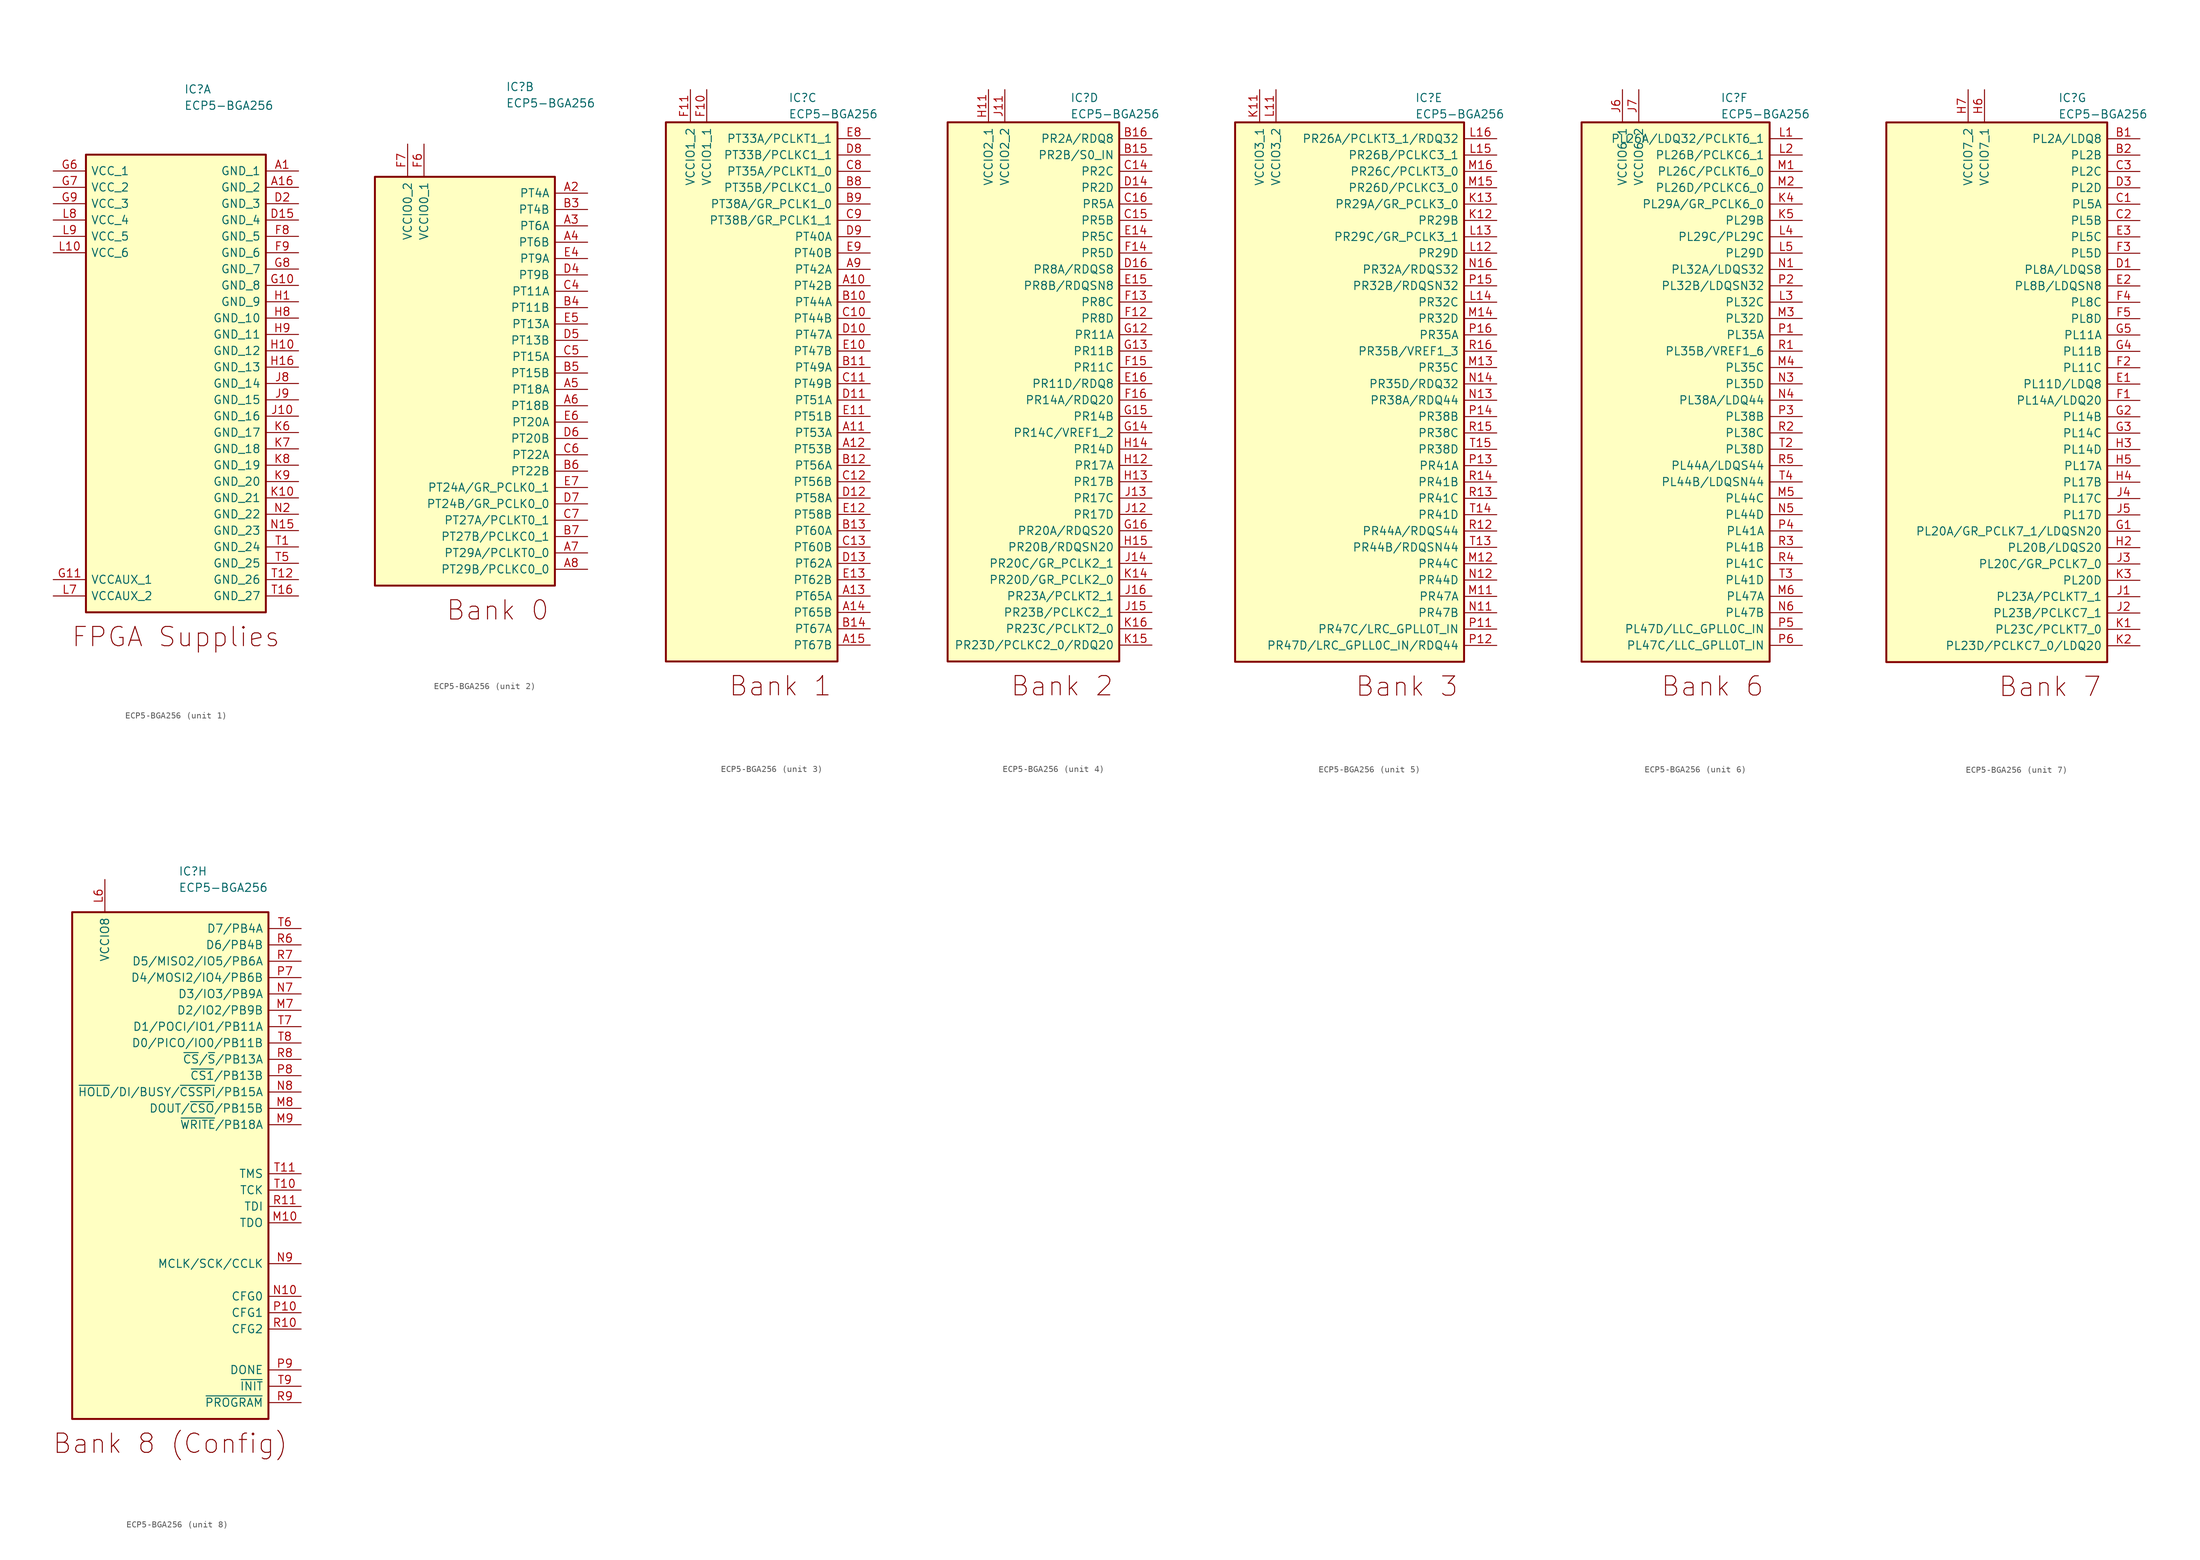
<source format=kicad_sym>
(kicad_symbol_lib
  (version 20241209)
  (generator "kicad_symbol_editor")
  (generator_version "9.0")
  (symbol "ECP5-BGA256"
    (pin_names
      (offset 0.762))
    (property "Reference" "IC"
      (at 1.27 45.72 0)
      (effects (font (size 1.27 1.27)) (justify left)))
    (property "Value" "ECP5-BGA256"
      (at 1.27 43.18 0)
      (effects (font (size 1.27 1.27)) (justify left)))
    (property "ki_locked" ""
      (at 0 0 0)
      (effects (font (size 1.27 1.27))))
    (symbol "ECP5-BGA256_1_0"
      (rectangle (start -13.97 35.56) (end 13.97 -35.56) (stroke (width 0.305) (type default)) (fill (type background))))
    (symbol "ECP5-BGA256_1_1"
      (text "FPGA Supplies" (at 0 -39.37 0) (effects (font (size 2.997 2.997))))
      (pin power_in line (at -19.05 33.02 0) (length 5.08) (name "VCC_1" (effects (font (size 1.27 1.27)))) (number "G6" (effects (font (size 1.27 1.27)))))
      (pin power_in line (at -19.05 30.48 0) (length 5.08) (name "VCC_2" (effects (font (size 1.27 1.27)))) (number "G7" (effects (font (size 1.27 1.27)))))
      (pin power_in line (at -19.05 27.94 0) (length 5.08) (name "VCC_3" (effects (font (size 1.27 1.27)))) (number "G9" (effects (font (size 1.27 1.27)))))
      (pin power_in line (at -19.05 25.4 0) (length 5.08) (name "VCC_4" (effects (font (size 1.27 1.27)))) (number "L8" (effects (font (size 1.27 1.27)))))
      (pin power_in line (at -19.05 22.86 0) (length 5.08) (name "VCC_5" (effects (font (size 1.27 1.27)))) (number "L9" (effects (font (size 1.27 1.27)))))
      (pin power_in line (at -19.05 20.32 0) (length 5.08) (name "VCC_6" (effects (font (size 1.27 1.27)))) (number "L10" (effects (font (size 1.27 1.27)))))
      (pin power_in line (at -19.05 -30.48 0) (length 5.08) (name "VCCAUX_1" (effects (font (size 1.27 1.27)))) (number "G11" (effects (font (size 1.27 1.27)))))
      (pin power_in line (at -19.05 -33.02 0) (length 5.08) (name "VCCAUX_2" (effects (font (size 1.27 1.27)))) (number "L7" (effects (font (size 1.27 1.27)))))
      (pin power_in line (at 19.05 33.02 180) (length 5.08) (name "GND_1" (effects (font (size 1.27 1.27)))) (number "A1" (effects (font (size 1.27 1.27)))))
      (pin power_in line (at 19.05 30.48 180) (length 5.08) (name "GND_2" (effects (font (size 1.27 1.27)))) (number "A16" (effects (font (size 1.27 1.27)))))
      (pin power_in line (at 19.05 27.94 180) (length 5.08) (name "GND_3" (effects (font (size 1.27 1.27)))) (number "D2" (effects (font (size 1.27 1.27)))))
      (pin power_in line (at 19.05 25.4 180) (length 5.08) (name "GND_4" (effects (font (size 1.27 1.27)))) (number "D15" (effects (font (size 1.27 1.27)))))
      (pin power_in line (at 19.05 22.86 180) (length 5.08) (name "GND_5" (effects (font (size 1.27 1.27)))) (number "F8" (effects (font (size 1.27 1.27)))))
      (pin power_in line (at 19.05 20.32 180) (length 5.08) (name "GND_6" (effects (font (size 1.27 1.27)))) (number "F9" (effects (font (size 1.27 1.27)))))
      (pin power_in line (at 19.05 17.78 180) (length 5.08) (name "GND_7" (effects (font (size 1.27 1.27)))) (number "G8" (effects (font (size 1.27 1.27)))))
      (pin power_in line (at 19.05 15.24 180) (length 5.08) (name "GND_8" (effects (font (size 1.27 1.27)))) (number "G10" (effects (font (size 1.27 1.27)))))
      (pin power_in line (at 19.05 12.7 180) (length 5.08) (name "GND_9" (effects (font (size 1.27 1.27)))) (number "H1" (effects (font (size 1.27 1.27)))))
      (pin power_in line (at 19.05 10.16 180) (length 5.08) (name "GND_10" (effects (font (size 1.27 1.27)))) (number "H8" (effects (font (size 1.27 1.27)))))
      (pin power_in line (at 19.05 7.62 180) (length 5.08) (name "GND_11" (effects (font (size 1.27 1.27)))) (number "H9" (effects (font (size 1.27 1.27)))))
      (pin power_in line (at 19.05 5.08 180) (length 5.08) (name "GND_12" (effects (font (size 1.27 1.27)))) (number "H10" (effects (font (size 1.27 1.27)))))
      (pin power_in line (at 19.05 2.54 180) (length 5.08) (name "GND_13" (effects (font (size 1.27 1.27)))) (number "H16" (effects (font (size 1.27 1.27)))))
      (pin power_in line (at 19.05 0 180) (length 5.08) (name "GND_14" (effects (font (size 1.27 1.27)))) (number "J8" (effects (font (size 1.27 1.27)))))
      (pin power_in line (at 19.05 -2.54 180) (length 5.08) (name "GND_15" (effects (font (size 1.27 1.27)))) (number "J9" (effects (font (size 1.27 1.27)))))
      (pin power_in line (at 19.05 -5.08 180) (length 5.08) (name "GND_16" (effects (font (size 1.27 1.27)))) (number "J10" (effects (font (size 1.27 1.27)))))
      (pin power_in line (at 19.05 -7.62 180) (length 5.08) (name "GND_17" (effects (font (size 1.27 1.27)))) (number "K6" (effects (font (size 1.27 1.27)))))
      (pin power_in line (at 19.05 -10.16 180) (length 5.08) (name "GND_18" (effects (font (size 1.27 1.27)))) (number "K7" (effects (font (size 1.27 1.27)))))
      (pin power_in line (at 19.05 -12.7 180) (length 5.08) (name "GND_19" (effects (font (size 1.27 1.27)))) (number "K8" (effects (font (size 1.27 1.27)))))
      (pin power_in line (at 19.05 -15.24 180) (length 5.08) (name "GND_20" (effects (font (size 1.27 1.27)))) (number "K9" (effects (font (size 1.27 1.27)))))
      (pin power_in line (at 19.05 -17.78 180) (length 5.08) (name "GND_21" (effects (font (size 1.27 1.27)))) (number "K10" (effects (font (size 1.27 1.27)))))
      (pin power_in line (at 19.05 -20.32 180) (length 5.08) (name "GND_22" (effects (font (size 1.27 1.27)))) (number "N2" (effects (font (size 1.27 1.27)))))
      (pin power_in line (at 19.05 -22.86 180) (length 5.08) (name "GND_23" (effects (font (size 1.27 1.27)))) (number "N15" (effects (font (size 1.27 1.27)))))
      (pin power_in line (at 19.05 -25.4 180) (length 5.08) (name "GND_24" (effects (font (size 1.27 1.27)))) (number "T1" (effects (font (size 1.27 1.27)))))
      (pin power_in line (at 19.05 -27.94 180) (length 5.08) (name "GND_25" (effects (font (size 1.27 1.27)))) (number "T5" (effects (font (size 1.27 1.27)))))
      (pin power_in line (at 19.05 -30.48 180) (length 5.08) (name "GND_26" (effects (font (size 1.27 1.27)))) (number "T12" (effects (font (size 1.27 1.27)))))
      (pin power_in line (at 19.05 -33.02 180) (length 5.08) (name "GND_27" (effects (font (size 1.27 1.27)))) (number "T16" (effects (font (size 1.27 1.27))))))
    (symbol "ECP5-BGA256_2_1"
      (rectangle (start -19.05 31.75) (end 8.89 -31.75) (stroke (width 0.305) (type default)) (fill (type background)))
      (text "Bank 0" (at 0 -35.56 0) (effects (font (size 2.997 2.997))))
      (pin power_in line (at -13.97 36.83 270) (length 5.08) (name "VCCIO0_2" (effects (font (size 1.27 1.27)))) (number "F7" (effects (font (size 1.27 1.27)))))
      (pin power_in line (at -11.43 36.83 270) (length 5.08) (name "VCCIO0_1" (effects (font (size 1.27 1.27)))) (number "F6" (effects (font (size 1.27 1.27)))))
      (pin bidirectional line (at 13.97 29.21 180) (length 5.08) (name "PT4A" (effects (font (size 1.27 1.27)))) (number "A2" (effects (font (size 1.27 1.27)))))
      (pin bidirectional line (at 13.97 26.67 180) (length 5.08) (name "PT4B" (effects (font (size 1.27 1.27)))) (number "B3" (effects (font (size 1.27 1.27)))))
      (pin bidirectional line (at 13.97 24.13 180) (length 5.08) (name "PT6A" (effects (font (size 1.27 1.27)))) (number "A3" (effects (font (size 1.27 1.27)))))
      (pin bidirectional line (at 13.97 21.59 180) (length 5.08) (name "PT6B" (effects (font (size 1.27 1.27)))) (number "A4" (effects (font (size 1.27 1.27)))))
      (pin bidirectional line (at 13.97 19.05 180) (length 5.08) (name "PT9A" (effects (font (size 1.27 1.27)))) (number "E4" (effects (font (size 1.27 1.27)))))
      (pin bidirectional line (at 13.97 16.51 180) (length 5.08) (name "PT9B" (effects (font (size 1.27 1.27)))) (number "D4" (effects (font (size 1.27 1.27)))))
      (pin bidirectional line (at 13.97 13.97 180) (length 5.08) (name "PT11A" (effects (font (size 1.27 1.27)))) (number "C4" (effects (font (size 1.27 1.27)))))
      (pin bidirectional line (at 13.97 11.43 180) (length 5.08) (name "PT11B" (effects (font (size 1.27 1.27)))) (number "B4" (effects (font (size 1.27 1.27)))))
      (pin bidirectional line (at 13.97 8.89 180) (length 5.08) (name "PT13A" (effects (font (size 1.27 1.27)))) (number "E5" (effects (font (size 1.27 1.27)))))
      (pin bidirectional line (at 13.97 6.35 180) (length 5.08) (name "PT13B" (effects (font (size 1.27 1.27)))) (number "D5" (effects (font (size 1.27 1.27)))))
      (pin bidirectional line (at 13.97 3.81 180) (length 5.08) (name "PT15A" (effects (font (size 1.27 1.27)))) (number "C5" (effects (font (size 1.27 1.27)))))
      (pin bidirectional line (at 13.97 1.27 180) (length 5.08) (name "PT15B" (effects (font (size 1.27 1.27)))) (number "B5" (effects (font (size 1.27 1.27)))))
      (pin bidirectional line (at 13.97 -1.27 180) (length 5.08) (name "PT18A" (effects (font (size 1.27 1.27)))) (number "A5" (effects (font (size 1.27 1.27)))))
      (pin bidirectional line (at 13.97 -3.81 180) (length 5.08) (name "PT18B" (effects (font (size 1.27 1.27)))) (number "A6" (effects (font (size 1.27 1.27)))))
      (pin bidirectional line (at 13.97 -6.35 180) (length 5.08) (name "PT20A" (effects (font (size 1.27 1.27)))) (number "E6" (effects (font (size 1.27 1.27)))))
      (pin bidirectional line (at 13.97 -8.89 180) (length 5.08) (name "PT20B" (effects (font (size 1.27 1.27)))) (number "D6" (effects (font (size 1.27 1.27)))))
      (pin bidirectional line (at 13.97 -11.43 180) (length 5.08) (name "PT22A" (effects (font (size 1.27 1.27)))) (number "C6" (effects (font (size 1.27 1.27)))))
      (pin bidirectional line (at 13.97 -13.97 180) (length 5.08) (name "PT22B" (effects (font (size 1.27 1.27)))) (number "B6" (effects (font (size 1.27 1.27)))))
      (pin bidirectional line (at 13.97 -16.51 180) (length 5.08) (name "PT24A/GR_PCLK0_1" (effects (font (size 1.27 1.27)))) (number "E7" (effects (font (size 1.27 1.27)))))
      (pin bidirectional line (at 13.97 -19.05 180) (length 5.08) (name "PT24B/GR_PCLK0_0" (effects (font (size 1.27 1.27)))) (number "D7" (effects (font (size 1.27 1.27)))))
      (pin bidirectional line (at 13.97 -21.59 180) (length 5.08) (name "PT27A/PCLKT0_1" (effects (font (size 1.27 1.27)))) (number "C7" (effects (font (size 1.27 1.27)))))
      (pin bidirectional line (at 13.97 -24.13 180) (length 5.08) (name "PT27B/PCLKC0_1" (effects (font (size 1.27 1.27)))) (number "B7" (effects (font (size 1.27 1.27)))))
      (pin bidirectional line (at 13.97 -26.67 180) (length 5.08) (name "PT29A/PCLKT0_0" (effects (font (size 1.27 1.27)))) (number "A7" (effects (font (size 1.27 1.27)))))
      (pin bidirectional line (at 13.97 -29.21 180) (length 5.08) (name "PT29B/PCLKC0_0" (effects (font (size 1.27 1.27)))) (number "A8" (effects (font (size 1.27 1.27))))))
    (symbol "ECP5-BGA256_3_0"
      (rectangle (start -17.78 41.91) (end 8.89 -41.91) (stroke (width 0.305) (type default)) (fill (type background))))
    (symbol "ECP5-BGA256_3_1"
      (text "Bank 1" (at 0 -45.72 0) (effects (font (size 2.997 2.997))))
      (pin power_in line (at -13.97 46.99 270) (length 5.08) (name "VCCIO1_2" (effects (font (size 1.27 1.27)))) (number "F11" (effects (font (size 1.27 1.27)))))
      (pin power_in line (at -11.43 46.99 270) (length 5.08) (name "VCCIO1_1" (effects (font (size 1.27 1.27)))) (number "F10" (effects (font (size 1.27 1.27)))))
      (pin bidirectional line (at 13.97 39.37 180) (length 5.08) (name "PT33A/PCLKT1_1" (effects (font (size 1.27 1.27)))) (number "E8" (effects (font (size 1.27 1.27)))))
      (pin bidirectional line (at 13.97 36.83 180) (length 5.08) (name "PT33B/PCLKC1_1" (effects (font (size 1.27 1.27)))) (number "D8" (effects (font (size 1.27 1.27)))))
      (pin bidirectional line (at 13.97 34.29 180) (length 5.08) (name "PT35A/PCLKT1_0" (effects (font (size 1.27 1.27)))) (number "C8" (effects (font (size 1.27 1.27)))))
      (pin bidirectional line (at 13.97 31.75 180) (length 5.08) (name "PT35B/PCLKC1_0" (effects (font (size 1.27 1.27)))) (number "B8" (effects (font (size 1.27 1.27)))))
      (pin bidirectional line (at 13.97 29.21 180) (length 5.08) (name "PT38A/GR_PCLK1_0" (effects (font (size 1.27 1.27)))) (number "B9" (effects (font (size 1.27 1.27)))))
      (pin bidirectional line (at 13.97 26.67 180) (length 5.08) (name "PT38B/GR_PCLK1_1" (effects (font (size 1.27 1.27)))) (number "C9" (effects (font (size 1.27 1.27)))))
      (pin bidirectional line (at 13.97 24.13 180) (length 5.08) (name "PT40A" (effects (font (size 1.27 1.27)))) (number "D9" (effects (font (size 1.27 1.27)))))
      (pin bidirectional line (at 13.97 21.59 180) (length 5.08) (name "PT40B" (effects (font (size 1.27 1.27)))) (number "E9" (effects (font (size 1.27 1.27)))))
      (pin bidirectional line (at 13.97 19.05 180) (length 5.08) (name "PT42A" (effects (font (size 1.27 1.27)))) (number "A9" (effects (font (size 1.27 1.27)))))
      (pin bidirectional line (at 13.97 16.51 180) (length 5.08) (name "PT42B" (effects (font (size 1.27 1.27)))) (number "A10" (effects (font (size 1.27 1.27)))))
      (pin bidirectional line (at 13.97 13.97 180) (length 5.08) (name "PT44A" (effects (font (size 1.27 1.27)))) (number "B10" (effects (font (size 1.27 1.27)))))
      (pin bidirectional line (at 13.97 11.43 180) (length 5.08) (name "PT44B" (effects (font (size 1.27 1.27)))) (number "C10" (effects (font (size 1.27 1.27)))))
      (pin bidirectional line (at 13.97 8.89 180) (length 5.08) (name "PT47A" (effects (font (size 1.27 1.27)))) (number "D10" (effects (font (size 1.27 1.27)))))
      (pin bidirectional line (at 13.97 6.35 180) (length 5.08) (name "PT47B" (effects (font (size 1.27 1.27)))) (number "E10" (effects (font (size 1.27 1.27)))))
      (pin bidirectional line (at 13.97 3.81 180) (length 5.08) (name "PT49A" (effects (font (size 1.27 1.27)))) (number "B11" (effects (font (size 1.27 1.27)))))
      (pin bidirectional line (at 13.97 1.27 180) (length 5.08) (name "PT49B" (effects (font (size 1.27 1.27)))) (number "C11" (effects (font (size 1.27 1.27)))))
      (pin bidirectional line (at 13.97 -1.27 180) (length 5.08) (name "PT51A" (effects (font (size 1.27 1.27)))) (number "D11" (effects (font (size 1.27 1.27)))))
      (pin bidirectional line (at 13.97 -3.81 180) (length 5.08) (name "PT51B" (effects (font (size 1.27 1.27)))) (number "E11" (effects (font (size 1.27 1.27)))))
      (pin bidirectional line (at 13.97 -6.35 180) (length 5.08) (name "PT53A" (effects (font (size 1.27 1.27)))) (number "A11" (effects (font (size 1.27 1.27)))))
      (pin bidirectional line (at 13.97 -8.89 180) (length 5.08) (name "PT53B" (effects (font (size 1.27 1.27)))) (number "A12" (effects (font (size 1.27 1.27)))))
      (pin bidirectional line (at 13.97 -11.43 180) (length 5.08) (name "PT56A" (effects (font (size 1.27 1.27)))) (number "B12" (effects (font (size 1.27 1.27)))))
      (pin bidirectional line (at 13.97 -13.97 180) (length 5.08) (name "PT56B" (effects (font (size 1.27 1.27)))) (number "C12" (effects (font (size 1.27 1.27)))))
      (pin bidirectional line (at 13.97 -16.51 180) (length 5.08) (name "PT58A" (effects (font (size 1.27 1.27)))) (number "D12" (effects (font (size 1.27 1.27)))))
      (pin bidirectional line (at 13.97 -19.05 180) (length 5.08) (name "PT58B" (effects (font (size 1.27 1.27)))) (number "E12" (effects (font (size 1.27 1.27)))))
      (pin bidirectional line (at 13.97 -21.59 180) (length 5.08) (name "PT60A" (effects (font (size 1.27 1.27)))) (number "B13" (effects (font (size 1.27 1.27)))))
      (pin bidirectional line (at 13.97 -24.13 180) (length 5.08) (name "PT60B" (effects (font (size 1.27 1.27)))) (number "C13" (effects (font (size 1.27 1.27)))))
      (pin bidirectional line (at 13.97 -26.67 180) (length 5.08) (name "PT62A" (effects (font (size 1.27 1.27)))) (number "D13" (effects (font (size 1.27 1.27)))))
      (pin bidirectional line (at 13.97 -29.21 180) (length 5.08) (name "PT62B" (effects (font (size 1.27 1.27)))) (number "E13" (effects (font (size 1.27 1.27)))))
      (pin bidirectional line (at 13.97 -31.75 180) (length 5.08) (name "PT65A" (effects (font (size 1.27 1.27)))) (number "A13" (effects (font (size 1.27 1.27)))))
      (pin bidirectional line (at 13.97 -34.29 180) (length 5.08) (name "PT65B" (effects (font (size 1.27 1.27)))) (number "A14" (effects (font (size 1.27 1.27)))))
      (pin bidirectional line (at 13.97 -36.83 180) (length 5.08) (name "PT67A" (effects (font (size 1.27 1.27)))) (number "B14" (effects (font (size 1.27 1.27)))))
      (pin bidirectional line (at 13.97 -39.37 180) (length 5.08) (name "PT67B" (effects (font (size 1.27 1.27)))) (number "A15" (effects (font (size 1.27 1.27))))))
    (symbol "ECP5-BGA256_4_1"
      (rectangle (start -17.78 41.91) (end 8.89 -41.91) (stroke (width 0.305) (type default)) (fill (type background)))
      (text "Bank 2" (at 0 -45.72 0) (effects (font (size 2.997 2.997))))
      (pin power_in line (at -11.43 46.99 270) (length 5.08) (name "VCCIO2_1" (effects (font (size 1.27 1.27)))) (number "H11" (effects (font (size 1.27 1.27)))))
      (pin power_in line (at -8.89 46.99 270) (length 5.08) (name "VCCIO2_2" (effects (font (size 1.27 1.27)))) (number "J11" (effects (font (size 1.27 1.27)))))
      (pin bidirectional line (at 13.97 39.37 180) (length 5.08) (name "PR2A/RDQ8" (effects (font (size 1.27 1.27)))) (number "B16" (effects (font (size 1.27 1.27)))))
      (pin bidirectional line (at 13.97 36.83 180) (length 5.08) (name "PR2B/S0_IN" (effects (font (size 1.27 1.27)))) (number "B15" (effects (font (size 1.27 1.27)))))
      (pin bidirectional line (at 13.97 34.29 180) (length 5.08) (name "PR2C" (effects (font (size 1.27 1.27)))) (number "C14" (effects (font (size 1.27 1.27)))))
      (pin bidirectional line (at 13.97 31.75 180) (length 5.08) (name "PR2D" (effects (font (size 1.27 1.27)))) (number "D14" (effects (font (size 1.27 1.27)))))
      (pin bidirectional line (at 13.97 29.21 180) (length 5.08) (name "PR5A" (effects (font (size 1.27 1.27)))) (number "C16" (effects (font (size 1.27 1.27)))))
      (pin bidirectional line (at 13.97 26.67 180) (length 5.08) (name "PR5B" (effects (font (size 1.27 1.27)))) (number "C15" (effects (font (size 1.27 1.27)))))
      (pin bidirectional line (at 13.97 24.13 180) (length 5.08) (name "PR5C" (effects (font (size 1.27 1.27)))) (number "E14" (effects (font (size 1.27 1.27)))))
      (pin bidirectional line (at 13.97 21.59 180) (length 5.08) (name "PR5D" (effects (font (size 1.27 1.27)))) (number "F14" (effects (font (size 1.27 1.27)))))
      (pin bidirectional line (at 13.97 19.05 180) (length 5.08) (name "PR8A/RDQS8" (effects (font (size 1.27 1.27)))) (number "D16" (effects (font (size 1.27 1.27)))))
      (pin bidirectional line (at 13.97 16.51 180) (length 5.08) (name "PR8B/RDQSN8" (effects (font (size 1.27 1.27)))) (number "E15" (effects (font (size 1.27 1.27)))))
      (pin bidirectional line (at 13.97 13.97 180) (length 5.08) (name "PR8C" (effects (font (size 1.27 1.27)))) (number "F13" (effects (font (size 1.27 1.27)))))
      (pin bidirectional line (at 13.97 11.43 180) (length 5.08) (name "PR8D" (effects (font (size 1.27 1.27)))) (number "F12" (effects (font (size 1.27 1.27)))))
      (pin bidirectional line (at 13.97 8.89 180) (length 5.08) (name "PR11A" (effects (font (size 1.27 1.27)))) (number "G12" (effects (font (size 1.27 1.27)))))
      (pin bidirectional line (at 13.97 6.35 180) (length 5.08) (name "PR11B" (effects (font (size 1.27 1.27)))) (number "G13" (effects (font (size 1.27 1.27)))))
      (pin bidirectional line (at 13.97 3.81 180) (length 5.08) (name "PR11C" (effects (font (size 1.27 1.27)))) (number "F15" (effects (font (size 1.27 1.27)))))
      (pin bidirectional line (at 13.97 1.27 180) (length 5.08) (name "PR11D/RDQ8" (effects (font (size 1.27 1.27)))) (number "E16" (effects (font (size 1.27 1.27)))))
      (pin bidirectional line (at 13.97 -1.27 180) (length 5.08) (name "PR14A/RDQ20" (effects (font (size 1.27 1.27)))) (number "F16" (effects (font (size 1.27 1.27)))))
      (pin bidirectional line (at 13.97 -3.81 180) (length 5.08) (name "PR14B" (effects (font (size 1.27 1.27)))) (number "G15" (effects (font (size 1.27 1.27)))))
      (pin bidirectional line (at 13.97 -6.35 180) (length 5.08) (name "PR14C/VREF1_2" (effects (font (size 1.27 1.27)))) (number "G14" (effects (font (size 1.27 1.27)))))
      (pin bidirectional line (at 13.97 -8.89 180) (length 5.08) (name "PR14D" (effects (font (size 1.27 1.27)))) (number "H14" (effects (font (size 1.27 1.27)))))
      (pin bidirectional line (at 13.97 -11.43 180) (length 5.08) (name "PR17A" (effects (font (size 1.27 1.27)))) (number "H12" (effects (font (size 1.27 1.27)))))
      (pin bidirectional line (at 13.97 -13.97 180) (length 5.08) (name "PR17B" (effects (font (size 1.27 1.27)))) (number "H13" (effects (font (size 1.27 1.27)))))
      (pin bidirectional line (at 13.97 -16.51 180) (length 5.08) (name "PR17C" (effects (font (size 1.27 1.27)))) (number "J13" (effects (font (size 1.27 1.27)))))
      (pin bidirectional line (at 13.97 -19.05 180) (length 5.08) (name "PR17D" (effects (font (size 1.27 1.27)))) (number "J12" (effects (font (size 1.27 1.27)))))
      (pin bidirectional line (at 13.97 -21.59 180) (length 5.08) (name "PR20A/RDQS20" (effects (font (size 1.27 1.27)))) (number "G16" (effects (font (size 1.27 1.27)))))
      (pin bidirectional line (at 13.97 -24.13 180) (length 5.08) (name "PR20B/RDQSN20" (effects (font (size 1.27 1.27)))) (number "H15" (effects (font (size 1.27 1.27)))))
      (pin bidirectional line (at 13.97 -26.67 180) (length 5.08) (name "PR20C/GR_PCLK2_1" (effects (font (size 1.27 1.27)))) (number "J14" (effects (font (size 1.27 1.27)))))
      (pin bidirectional line (at 13.97 -29.21 180) (length 5.08) (name "PR20D/GR_PCLK2_0" (effects (font (size 1.27 1.27)))) (number "K14" (effects (font (size 1.27 1.27)))))
      (pin bidirectional line (at 13.97 -31.75 180) (length 5.08) (name "PR23A/PCLKT2_1" (effects (font (size 1.27 1.27)))) (number "J16" (effects (font (size 1.27 1.27)))))
      (pin bidirectional line (at 13.97 -34.29 180) (length 5.08) (name "PR23B/PCLKC2_1" (effects (font (size 1.27 1.27)))) (number "J15" (effects (font (size 1.27 1.27)))))
      (pin bidirectional line (at 13.97 -36.83 180) (length 5.08) (name "PR23C/PCLKT2_0" (effects (font (size 1.27 1.27)))) (number "K16" (effects (font (size 1.27 1.27)))))
      (pin bidirectional line (at 13.97 -39.37 180) (length 5.08) (name "PR23D/PCLKC2_0/RDQ20" (effects (font (size 1.27 1.27)))) (number "K15" (effects (font (size 1.27 1.27))))))
    (symbol "ECP5-BGA256_5_0"
      (rectangle (start -26.67 41.91) (end 8.89 -41.91) (stroke (width 0.305) (type default)) (fill (type background))))
    (symbol "ECP5-BGA256_5_1"
      (text "Bank 3" (at 0 -45.72 0) (effects (font (size 2.997 2.997))))
      (pin power_in line (at -22.86 46.99 270) (length 5.08) (name "VCCIO3_1" (effects (font (size 1.27 1.27)))) (number "K11" (effects (font (size 1.27 1.27)))))
      (pin power_in line (at -20.32 46.99 270) (length 5.08) (name "VCCIO3_2" (effects (font (size 1.27 1.27)))) (number "L11" (effects (font (size 1.27 1.27)))))
      (pin bidirectional line (at 13.97 39.37 180) (length 5.08) (name "PR26A/PCLKT3_1/RDQ32" (effects (font (size 1.27 1.27)))) (number "L16" (effects (font (size 1.27 1.27)))))
      (pin bidirectional line (at 13.97 36.83 180) (length 5.08) (name "PR26B/PCLKC3_1" (effects (font (size 1.27 1.27)))) (number "L15" (effects (font (size 1.27 1.27)))))
      (pin bidirectional line (at 13.97 34.29 180) (length 5.08) (name "PR26C/PCLKT3_0" (effects (font (size 1.27 1.27)))) (number "M16" (effects (font (size 1.27 1.27)))))
      (pin bidirectional line (at 13.97 31.75 180) (length 5.08) (name "PR26D/PCLKC3_0" (effects (font (size 1.27 1.27)))) (number "M15" (effects (font (size 1.27 1.27)))))
      (pin bidirectional line (at 13.97 29.21 180) (length 5.08) (name "PR29A/GR_PCLK3_0" (effects (font (size 1.27 1.27)))) (number "K13" (effects (font (size 1.27 1.27)))))
      (pin bidirectional line (at 13.97 26.67 180) (length 5.08) (name "PR29B" (effects (font (size 1.27 1.27)))) (number "K12" (effects (font (size 1.27 1.27)))))
      (pin bidirectional line (at 13.97 24.13 180) (length 5.08) (name "PR29C/GR_PCLK3_1" (effects (font (size 1.27 1.27)))) (number "L13" (effects (font (size 1.27 1.27)))))
      (pin bidirectional line (at 13.97 21.59 180) (length 5.08) (name "PR29D" (effects (font (size 1.27 1.27)))) (number "L12" (effects (font (size 1.27 1.27)))))
      (pin bidirectional line (at 13.97 19.05 180) (length 5.08) (name "PR32A/RDQS32" (effects (font (size 1.27 1.27)))) (number "N16" (effects (font (size 1.27 1.27)))))
      (pin bidirectional line (at 13.97 16.51 180) (length 5.08) (name "PR32B/RDQSN32" (effects (font (size 1.27 1.27)))) (number "P15" (effects (font (size 1.27 1.27)))))
      (pin bidirectional line (at 13.97 13.97 180) (length 5.08) (name "PR32C" (effects (font (size 1.27 1.27)))) (number "L14" (effects (font (size 1.27 1.27)))))
      (pin bidirectional line (at 13.97 11.43 180) (length 5.08) (name "PR32D" (effects (font (size 1.27 1.27)))) (number "M14" (effects (font (size 1.27 1.27)))))
      (pin bidirectional line (at 13.97 8.89 180) (length 5.08) (name "PR35A" (effects (font (size 1.27 1.27)))) (number "P16" (effects (font (size 1.27 1.27)))))
      (pin bidirectional line (at 13.97 6.35 180) (length 5.08) (name "PR35B/VREF1_3" (effects (font (size 1.27 1.27)))) (number "R16" (effects (font (size 1.27 1.27)))))
      (pin bidirectional line (at 13.97 3.81 180) (length 5.08) (name "PR35C" (effects (font (size 1.27 1.27)))) (number "M13" (effects (font (size 1.27 1.27)))))
      (pin bidirectional line (at 13.97 1.27 180) (length 5.08) (name "PR35D/RDQ32" (effects (font (size 1.27 1.27)))) (number "N14" (effects (font (size 1.27 1.27)))))
      (pin bidirectional line (at 13.97 -1.27 180) (length 5.08) (name "PR38A/RDQ44" (effects (font (size 1.27 1.27)))) (number "N13" (effects (font (size 1.27 1.27)))))
      (pin bidirectional line (at 13.97 -3.81 180) (length 5.08) (name "PR38B" (effects (font (size 1.27 1.27)))) (number "P14" (effects (font (size 1.27 1.27)))))
      (pin bidirectional line (at 13.97 -6.35 180) (length 5.08) (name "PR38C" (effects (font (size 1.27 1.27)))) (number "R15" (effects (font (size 1.27 1.27)))))
      (pin bidirectional line (at 13.97 -8.89 180) (length 5.08) (name "PR38D" (effects (font (size 1.27 1.27)))) (number "T15" (effects (font (size 1.27 1.27)))))
      (pin bidirectional line (at 13.97 -11.43 180) (length 5.08) (name "PR41A" (effects (font (size 1.27 1.27)))) (number "P13" (effects (font (size 1.27 1.27)))))
      (pin bidirectional line (at 13.97 -13.97 180) (length 5.08) (name "PR41B" (effects (font (size 1.27 1.27)))) (number "R14" (effects (font (size 1.27 1.27)))))
      (pin bidirectional line (at 13.97 -16.51 180) (length 5.08) (name "PR41C" (effects (font (size 1.27 1.27)))) (number "R13" (effects (font (size 1.27 1.27)))))
      (pin bidirectional line (at 13.97 -19.05 180) (length 5.08) (name "PR41D" (effects (font (size 1.27 1.27)))) (number "T14" (effects (font (size 1.27 1.27)))))
      (pin bidirectional line (at 13.97 -21.59 180) (length 5.08) (name "PR44A/RDQS44" (effects (font (size 1.27 1.27)))) (number "R12" (effects (font (size 1.27 1.27)))))
      (pin bidirectional line (at 13.97 -24.13 180) (length 5.08) (name "PR44B/RDQSN44" (effects (font (size 1.27 1.27)))) (number "T13" (effects (font (size 1.27 1.27)))))
      (pin bidirectional line (at 13.97 -26.67 180) (length 5.08) (name "PR44C" (effects (font (size 1.27 1.27)))) (number "M12" (effects (font (size 1.27 1.27)))))
      (pin bidirectional line (at 13.97 -29.21 180) (length 5.08) (name "PR44D" (effects (font (size 1.27 1.27)))) (number "N12" (effects (font (size 1.27 1.27)))))
      (pin bidirectional line (at 13.97 -31.75 180) (length 5.08) (name "PR47A" (effects (font (size 1.27 1.27)))) (number "M11" (effects (font (size 1.27 1.27)))))
      (pin bidirectional line (at 13.97 -34.29 180) (length 5.08) (name "PR47B" (effects (font (size 1.27 1.27)))) (number "N11" (effects (font (size 1.27 1.27)))))
      (pin bidirectional line (at 13.97 -36.83 180) (length 5.08) (name "PR47C/LRC_GPLL0T_IN" (effects (font (size 1.27 1.27)))) (number "P11" (effects (font (size 1.27 1.27)))))
      (pin bidirectional line (at 13.97 -39.37 180) (length 5.08) (name "PR47D/LRC_GPLL0C_IN/RDQ44" (effects (font (size 1.27 1.27)))) (number "P12" (effects (font (size 1.27 1.27))))))
    (symbol "ECP5-BGA256_6_1"
      (rectangle (start -20.32 41.91) (end 8.89 -41.91) (stroke (width 0.305) (type default)) (fill (type background)))
      (text "Bank 6" (at 0 -45.72 0) (effects (font (size 2.997 2.997))))
      (pin power_in line (at -13.97 46.99 270) (length 5.08) (name "VCCIO6_1" (effects (font (size 1.27 1.27)))) (number "J6" (effects (font (size 1.27 1.27)))))
      (pin power_in line (at -11.43 46.99 270) (length 5.08) (name "VCCIO6_2" (effects (font (size 1.27 1.27)))) (number "J7" (effects (font (size 1.27 1.27)))))
      (pin bidirectional line (at 13.97 39.37 180) (length 5.08) (name "PL26A/LDQ32/PCLKT6_1" (effects (font (size 1.27 1.27)))) (number "L1" (effects (font (size 1.27 1.27)))))
      (pin bidirectional line (at 13.97 36.83 180) (length 5.08) (name "PL26B/PCLKC6_1" (effects (font (size 1.27 1.27)))) (number "L2" (effects (font (size 1.27 1.27)))))
      (pin bidirectional line (at 13.97 34.29 180) (length 5.08) (name "PL26C/PCLKT6_0" (effects (font (size 1.27 1.27)))) (number "M1" (effects (font (size 1.27 1.27)))))
      (pin bidirectional line (at 13.97 31.75 180) (length 5.08) (name "PL26D/PCLKC6_0" (effects (font (size 1.27 1.27)))) (number "M2" (effects (font (size 1.27 1.27)))))
      (pin bidirectional line (at 13.97 29.21 180) (length 5.08) (name "PL29A/GR_PCLK6_0" (effects (font (size 1.27 1.27)))) (number "K4" (effects (font (size 1.27 1.27)))))
      (pin bidirectional line (at 13.97 26.67 180) (length 5.08) (name "PL29B" (effects (font (size 1.27 1.27)))) (number "K5" (effects (font (size 1.27 1.27)))))
      (pin bidirectional line (at 13.97 24.13 180) (length 5.08) (name "PL29C/PL29C" (effects (font (size 1.27 1.27)))) (number "L4" (effects (font (size 1.27 1.27)))))
      (pin bidirectional line (at 13.97 21.59 180) (length 5.08) (name "PL29D" (effects (font (size 1.27 1.27)))) (number "L5" (effects (font (size 1.27 1.27)))))
      (pin bidirectional line (at 13.97 19.05 180) (length 5.08) (name "PL32A/LDQS32" (effects (font (size 1.27 1.27)))) (number "N1" (effects (font (size 1.27 1.27)))))
      (pin bidirectional line (at 13.97 16.51 180) (length 5.08) (name "PL32B/LDQSN32" (effects (font (size 1.27 1.27)))) (number "P2" (effects (font (size 1.27 1.27)))))
      (pin bidirectional line (at 13.97 13.97 180) (length 5.08) (name "PL32C" (effects (font (size 1.27 1.27)))) (number "L3" (effects (font (size 1.27 1.27)))))
      (pin bidirectional line (at 13.97 11.43 180) (length 5.08) (name "PL32D" (effects (font (size 1.27 1.27)))) (number "M3" (effects (font (size 1.27 1.27)))))
      (pin bidirectional line (at 13.97 8.89 180) (length 5.08) (name "PL35A" (effects (font (size 1.27 1.27)))) (number "P1" (effects (font (size 1.27 1.27)))))
      (pin bidirectional line (at 13.97 6.35 180) (length 5.08) (name "PL35B/VREF1_6" (effects (font (size 1.27 1.27)))) (number "R1" (effects (font (size 1.27 1.27)))))
      (pin bidirectional line (at 13.97 3.81 180) (length 5.08) (name "PL35C" (effects (font (size 1.27 1.27)))) (number "M4" (effects (font (size 1.27 1.27)))))
      (pin bidirectional line (at 13.97 1.27 180) (length 5.08) (name "PL35D" (effects (font (size 1.27 1.27)))) (number "N3" (effects (font (size 1.27 1.27)))))
      (pin bidirectional line (at 13.97 -1.27 180) (length 5.08) (name "PL38A/LDQ44" (effects (font (size 1.27 1.27)))) (number "N4" (effects (font (size 1.27 1.27)))))
      (pin bidirectional line (at 13.97 -3.81 180) (length 5.08) (name "PL38B" (effects (font (size 1.27 1.27)))) (number "P3" (effects (font (size 1.27 1.27)))))
      (pin bidirectional line (at 13.97 -6.35 180) (length 5.08) (name "PL38C" (effects (font (size 1.27 1.27)))) (number "R2" (effects (font (size 1.27 1.27)))))
      (pin bidirectional line (at 13.97 -8.89 180) (length 5.08) (name "PL38D" (effects (font (size 1.27 1.27)))) (number "T2" (effects (font (size 1.27 1.27)))))
      (pin bidirectional line (at 13.97 -11.43 180) (length 5.08) (name "PL44A/LDQS44" (effects (font (size 1.27 1.27)))) (number "R5" (effects (font (size 1.27 1.27)))))
      (pin bidirectional line (at 13.97 -13.97 180) (length 5.08) (name "PL44B/LDQSN44" (effects (font (size 1.27 1.27)))) (number "T4" (effects (font (size 1.27 1.27)))))
      (pin bidirectional line (at 13.97 -16.51 180) (length 5.08) (name "PL44C" (effects (font (size 1.27 1.27)))) (number "M5" (effects (font (size 1.27 1.27)))))
      (pin bidirectional line (at 13.97 -19.05 180) (length 5.08) (name "PL44D" (effects (font (size 1.27 1.27)))) (number "N5" (effects (font (size 1.27 1.27)))))
      (pin bidirectional line (at 13.97 -21.59 180) (length 5.08) (name "PL41A" (effects (font (size 1.27 1.27)))) (number "P4" (effects (font (size 1.27 1.27)))))
      (pin bidirectional line (at 13.97 -24.13 180) (length 5.08) (name "PL41B" (effects (font (size 1.27 1.27)))) (number "R3" (effects (font (size 1.27 1.27)))))
      (pin bidirectional line (at 13.97 -26.67 180) (length 5.08) (name "PL41C" (effects (font (size 1.27 1.27)))) (number "R4" (effects (font (size 1.27 1.27)))))
      (pin bidirectional line (at 13.97 -29.21 180) (length 5.08) (name "PL41D" (effects (font (size 1.27 1.27)))) (number "T3" (effects (font (size 1.27 1.27)))))
      (pin bidirectional line (at 13.97 -31.75 180) (length 5.08) (name "PL47A" (effects (font (size 1.27 1.27)))) (number "M6" (effects (font (size 1.27 1.27)))))
      (pin bidirectional line (at 13.97 -34.29 180) (length 5.08) (name "PL47B" (effects (font (size 1.27 1.27)))) (number "N6" (effects (font (size 1.27 1.27)))))
      (pin bidirectional line (at 13.97 -36.83 180) (length 5.08) (name "PL47D/LLC_GPLL0C_IN" (effects (font (size 1.27 1.27)))) (number "P5" (effects (font (size 1.27 1.27)))))
      (pin bidirectional line (at 13.97 -39.37 180) (length 5.08) (name "PL47C/LLC_GPLL0T_IN" (effects (font (size 1.27 1.27)))) (number "P6" (effects (font (size 1.27 1.27))))))
    (symbol "ECP5-BGA256_7_1"
      (rectangle (start -25.4 41.91) (end 8.89 -41.91) (stroke (width 0.305) (type default)) (fill (type background)))
      (text "Bank 7" (at 0 -45.72 0) (effects (font (size 2.997 2.997))))
      (pin power_in line (at -12.7 46.99 270) (length 5.08) (name "VCCIO7_2" (effects (font (size 1.27 1.27)))) (number "H7" (effects (font (size 1.27 1.27)))))
      (pin power_in line (at -10.16 46.99 270) (length 5.08) (name "VCCIO7_1" (effects (font (size 1.27 1.27)))) (number "H6" (effects (font (size 1.27 1.27)))))
      (pin bidirectional line (at 13.97 39.37 180) (length 5.08) (name "PL2A/LDQ8" (effects (font (size 1.27 1.27)))) (number "B1" (effects (font (size 1.27 1.27)))))
      (pin bidirectional line (at 13.97 36.83 180) (length 5.08) (name "PL2B" (effects (font (size 1.27 1.27)))) (number "B2" (effects (font (size 1.27 1.27)))))
      (pin bidirectional line (at 13.97 34.29 180) (length 5.08) (name "PL2C" (effects (font (size 1.27 1.27)))) (number "C3" (effects (font (size 1.27 1.27)))))
      (pin bidirectional line (at 13.97 31.75 180) (length 5.08) (name "PL2D" (effects (font (size 1.27 1.27)))) (number "D3" (effects (font (size 1.27 1.27)))))
      (pin bidirectional line (at 13.97 29.21 180) (length 5.08) (name "PL5A" (effects (font (size 1.27 1.27)))) (number "C1" (effects (font (size 1.27 1.27)))))
      (pin bidirectional line (at 13.97 26.67 180) (length 5.08) (name "PL5B" (effects (font (size 1.27 1.27)))) (number "C2" (effects (font (size 1.27 1.27)))))
      (pin bidirectional line (at 13.97 24.13 180) (length 5.08) (name "PL5C" (effects (font (size 1.27 1.27)))) (number "E3" (effects (font (size 1.27 1.27)))))
      (pin bidirectional line (at 13.97 21.59 180) (length 5.08) (name "PL5D" (effects (font (size 1.27 1.27)))) (number "F3" (effects (font (size 1.27 1.27)))))
      (pin bidirectional line (at 13.97 19.05 180) (length 5.08) (name "PL8A/LDQS8" (effects (font (size 1.27 1.27)))) (number "D1" (effects (font (size 1.27 1.27)))))
      (pin bidirectional line (at 13.97 16.51 180) (length 5.08) (name "PL8B/LDQSN8" (effects (font (size 1.27 1.27)))) (number "E2" (effects (font (size 1.27 1.27)))))
      (pin bidirectional line (at 13.97 13.97 180) (length 5.08) (name "PL8C" (effects (font (size 1.27 1.27)))) (number "F4" (effects (font (size 1.27 1.27)))))
      (pin bidirectional line (at 13.97 11.43 180) (length 5.08) (name "PL8D" (effects (font (size 1.27 1.27)))) (number "F5" (effects (font (size 1.27 1.27)))))
      (pin bidirectional line (at 13.97 8.89 180) (length 5.08) (name "PL11A" (effects (font (size 1.27 1.27)))) (number "G5" (effects (font (size 1.27 1.27)))))
      (pin bidirectional line (at 13.97 6.35 180) (length 5.08) (name "PL11B" (effects (font (size 1.27 1.27)))) (number "G4" (effects (font (size 1.27 1.27)))))
      (pin bidirectional line (at 13.97 3.81 180) (length 5.08) (name "PL11C" (effects (font (size 1.27 1.27)))) (number "F2" (effects (font (size 1.27 1.27)))))
      (pin bidirectional line (at 13.97 1.27 180) (length 5.08) (name "PL11D/LDQ8" (effects (font (size 1.27 1.27)))) (number "E1" (effects (font (size 1.27 1.27)))))
      (pin bidirectional line (at 13.97 -1.27 180) (length 5.08) (name "PL14A/LDQ20" (effects (font (size 1.27 1.27)))) (number "F1" (effects (font (size 1.27 1.27)))))
      (pin bidirectional line (at 13.97 -3.81 180) (length 5.08) (name "PL14B" (effects (font (size 1.27 1.27)))) (number "G2" (effects (font (size 1.27 1.27)))))
      (pin bidirectional line (at 13.97 -6.35 180) (length 5.08) (name "PL14C" (effects (font (size 1.27 1.27)))) (number "G3" (effects (font (size 1.27 1.27)))))
      (pin bidirectional line (at 13.97 -8.89 180) (length 5.08) (name "PL14D" (effects (font (size 1.27 1.27)))) (number "H3" (effects (font (size 1.27 1.27)))))
      (pin bidirectional line (at 13.97 -11.43 180) (length 5.08) (name "PL17A" (effects (font (size 1.27 1.27)))) (number "H5" (effects (font (size 1.27 1.27)))))
      (pin bidirectional line (at 13.97 -13.97 180) (length 5.08) (name "PL17B" (effects (font (size 1.27 1.27)))) (number "H4" (effects (font (size 1.27 1.27)))))
      (pin bidirectional line (at 13.97 -16.51 180) (length 5.08) (name "PL17C" (effects (font (size 1.27 1.27)))) (number "J4" (effects (font (size 1.27 1.27)))))
      (pin bidirectional line (at 13.97 -19.05 180) (length 5.08) (name "PL17D" (effects (font (size 1.27 1.27)))) (number "J5" (effects (font (size 1.27 1.27)))))
      (pin bidirectional line (at 13.97 -21.59 180) (length 5.08) (name "PL20A/GR_PCLK7_1/LDQSN20" (effects (font (size 1.27 1.27)))) (number "G1" (effects (font (size 1.27 1.27)))))
      (pin bidirectional line (at 13.97 -24.13 180) (length 5.08) (name "PL20B/LDQS20" (effects (font (size 1.27 1.27)))) (number "H2" (effects (font (size 1.27 1.27)))))
      (pin bidirectional line (at 13.97 -26.67 180) (length 5.08) (name "PL20C/GR_PCLK7_0" (effects (font (size 1.27 1.27)))) (number "J3" (effects (font (size 1.27 1.27)))))
      (pin bidirectional line (at 13.97 -29.21 180) (length 5.08) (name "PL20D" (effects (font (size 1.27 1.27)))) (number "K3" (effects (font (size 1.27 1.27)))))
      (pin bidirectional line (at 13.97 -31.75 180) (length 5.08) (name "PL23A/PCLKT7_1" (effects (font (size 1.27 1.27)))) (number "J1" (effects (font (size 1.27 1.27)))))
      (pin bidirectional line (at 13.97 -34.29 180) (length 5.08) (name "PL23B/PCLKC7_1" (effects (font (size 1.27 1.27)))) (number "J2" (effects (font (size 1.27 1.27)))))
      (pin bidirectional line (at 13.97 -36.83 180) (length 5.08) (name "PL23C/PCLKT7_0" (effects (font (size 1.27 1.27)))) (number "K1" (effects (font (size 1.27 1.27)))))
      (pin bidirectional line (at 13.97 -39.37 180) (length 5.08) (name "PL23D/PCLKC7_0/LDQ20" (effects (font (size 1.27 1.27)))) (number "K2" (effects (font (size 1.27 1.27))))))
    (symbol "ECP5-BGA256_8_0"
      (text "Bank 8 (Config)" (at 0 -43.18 0) (effects (font (size 2.997 2.997)))))
    (symbol "ECP5-BGA256_8_1"
      (rectangle (start -15.24 39.37) (end 15.24 -39.37) (stroke (width 0.305) (type default)) (fill (type background)))
      (pin power_in line (at -10.16 44.45 270) (length 5.08) (name "VCCIO8" (effects (font (size 1.27 1.27)))) (number "L6" (effects (font (size 1.27 1.27)))))
      (pin bidirectional line (at 20.32 36.83 180) (length 5.08) (name "D7/PB4A" (effects (font (size 1.27 1.27)))) (number "T6" (effects (font (size 1.27 1.27)))))
      (pin bidirectional line (at 20.32 34.29 180) (length 5.08) (name "D6/PB4B" (effects (font (size 1.27 1.27)))) (number "R6" (effects (font (size 1.27 1.27)))))
      (pin bidirectional line (at 20.32 31.75 180) (length 5.08) (name "D5/MISO2/IO5/PB6A" (effects (font (size 1.27 1.27)))) (number "R7" (effects (font (size 1.27 1.27)))))
      (pin bidirectional line (at 20.32 29.21 180) (length 5.08) (name "D4/MOSI2/IO4/PB6B" (effects (font (size 1.27 1.27)))) (number "P7" (effects (font (size 1.27 1.27)))))
      (pin bidirectional line (at 20.32 26.67 180) (length 5.08) (name "D3/IO3/PB9A" (effects (font (size 1.27 1.27)))) (number "N7" (effects (font (size 1.27 1.27)))))
      (pin bidirectional line (at 20.32 24.13 180) (length 5.08) (name "D2/IO2/PB9B" (effects (font (size 1.27 1.27)))) (number "M7" (effects (font (size 1.27 1.27)))))
      (pin bidirectional line (at 20.32 21.59 180) (length 5.08) (name "D1/POCI/IO1/PB11A" (effects (font (size 1.27 1.27)))) (number "T7" (effects (font (size 1.27 1.27)))))
      (pin bidirectional line (at 20.32 19.05 180) (length 5.08) (name "D0/PICO/IO0/PB11B" (effects (font (size 1.27 1.27)))) (number "T8" (effects (font (size 1.27 1.27)))))
      (pin bidirectional line (at 20.32 16.51 180) (length 5.08) (name "~{CS}/~{S}/PB13A" (effects (font (size 1.27 1.27)))) (number "R8" (effects (font (size 1.27 1.27)))))
      (pin bidirectional line (at 20.32 13.97 180) (length 5.08) (name "~{CS1}/PB13B" (effects (font (size 1.27 1.27)))) (number "P8" (effects (font (size 1.27 1.27)))))
      (pin bidirectional line (at 20.32 11.43 180) (length 5.08) (name "~{HOLD}/DI/BUSY/~{CSSPI}/PB15A" (effects (font (size 1.27 1.27)))) (number "N8" (effects (font (size 1.27 1.27)))))
      (pin bidirectional line (at 20.32 8.89 180) (length 5.08) (name "DOUT/~{CSO}/PB15B" (effects (font (size 1.27 1.27)))) (number "M8" (effects (font (size 1.27 1.27)))))
      (pin bidirectional line (at 20.32 6.35 180) (length 5.08) (name "~{WRITE}/PB18A" (effects (font (size 1.27 1.27)))) (number "M9" (effects (font (size 1.27 1.27)))))
      (pin input line (at 20.32 -1.27 180) (length 5.08) (name "TMS" (effects (font (size 1.27 1.27)))) (number "T11" (effects (font (size 1.27 1.27)))))
      (pin input line (at 20.32 -3.81 180) (length 5.08) (name "TCK" (effects (font (size 1.27 1.27)))) (number "T10" (effects (font (size 1.27 1.27)))))
      (pin input line (at 20.32 -6.35 180) (length 5.08) (name "TDI" (effects (font (size 1.27 1.27)))) (number "R11" (effects (font (size 1.27 1.27)))))
      (pin output line (at 20.32 -8.89 180) (length 5.08) (name "TDO" (effects (font (size 1.27 1.27)))) (number "M10" (effects (font (size 1.27 1.27)))))
      (pin bidirectional line (at 20.32 -15.24 180) (length 5.08) (name "MCLK/SCK/CCLK" (effects (font (size 1.27 1.27)))) (number "N9" (effects (font (size 1.27 1.27)))))
      (pin input line (at 20.32 -20.32 180) (length 5.08) (name "CFG0" (effects (font (size 1.27 1.27)))) (number "N10" (effects (font (size 1.27 1.27)))))
      (pin input line (at 20.32 -22.86 180) (length 5.08) (name "CFG1" (effects (font (size 1.27 1.27)))) (number "P10" (effects (font (size 1.27 1.27)))))
      (pin input line (at 20.32 -25.4 180) (length 5.08) (name "CFG2" (effects (font (size 1.27 1.27)))) (number "R10" (effects (font (size 1.27 1.27)))))
      (pin bidirectional line (at 20.32 -31.75 180) (length 5.08) (name "DONE" (effects (font (size 1.27 1.27)))) (number "P9" (effects (font (size 1.27 1.27)))))
      (pin bidirectional line (at 20.32 -34.29 180) (length 5.08) (name "~{INIT}" (effects (font (size 1.27 1.27)))) (number "T9" (effects (font (size 1.27 1.27)))))
      (pin bidirectional line (at 20.32 -36.83 180) (length 5.08) (name "~{PROGRAM}" (effects (font (size 1.27 1.27)))) (number "R9" (effects (font (size 1.27 1.27))))))))
</source>
